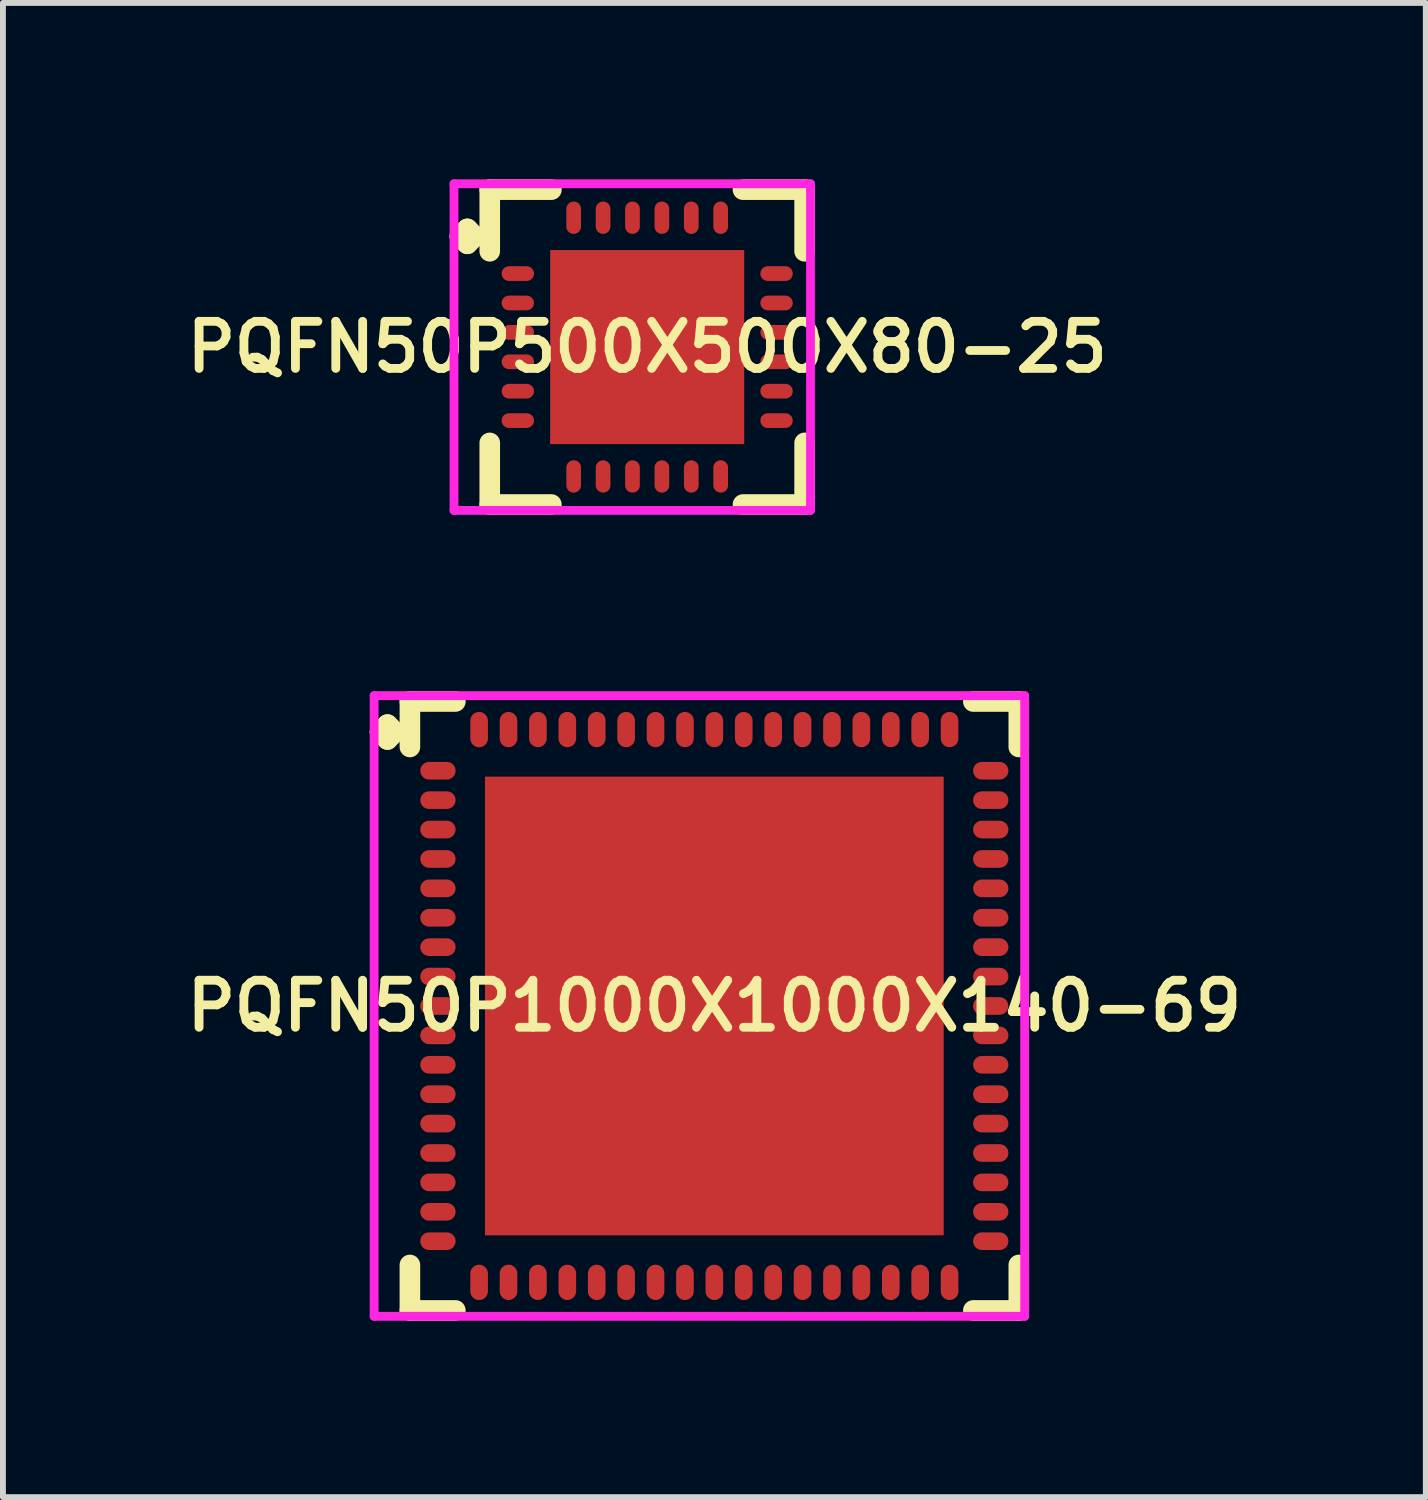
<source format=kicad_pcb>
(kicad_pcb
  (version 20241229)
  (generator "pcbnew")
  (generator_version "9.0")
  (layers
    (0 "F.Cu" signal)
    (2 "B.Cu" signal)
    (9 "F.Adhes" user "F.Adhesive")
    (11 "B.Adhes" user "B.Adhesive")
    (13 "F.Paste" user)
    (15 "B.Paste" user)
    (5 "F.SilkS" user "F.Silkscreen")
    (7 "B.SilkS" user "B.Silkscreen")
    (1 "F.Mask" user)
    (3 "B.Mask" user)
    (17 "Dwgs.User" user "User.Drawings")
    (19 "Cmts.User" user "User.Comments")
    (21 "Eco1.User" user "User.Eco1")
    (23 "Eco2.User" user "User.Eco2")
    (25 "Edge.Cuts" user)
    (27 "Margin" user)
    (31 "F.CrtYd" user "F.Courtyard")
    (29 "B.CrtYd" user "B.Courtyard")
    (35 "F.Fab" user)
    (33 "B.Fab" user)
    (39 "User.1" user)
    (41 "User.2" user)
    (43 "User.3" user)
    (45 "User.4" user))
  (footprint "PQFN50P1000X1000X140-69"
    (layer "F.Cu")
    (at 9.097 14.056)
    (property "Reference" "PQFN50P1000X1000X140-69" (at 0 0 0) (layer "F.SilkS") (effects (font (size 0.8 0.8) (thickness 0.15))))
    (attr smd)
    (fp_line (start -5.685 -4.658) (end -5.558 -4.785) (stroke (width 0.35) (type solid)) (layer "F.SilkS"))
    (fp_line (start -5.558 -4.785) (end -5.431 -4.658) (stroke (width 0.35) (type solid)) (layer "F.SilkS"))
    (fp_line (start -5.558 -4.531) (end -5.685 -4.658) (stroke (width 0.35) (type solid)) (layer "F.SilkS"))
    (fp_line (start -5.431 -4.658) (end -5.558 -4.531) (stroke (width 0.35) (type solid)) (layer "F.SilkS"))
    (fp_line (start -5.177 -5.177) (end -4.404 -5.177) (stroke (width 0.35) (type solid)) (layer "F.SilkS"))
    (fp_line (start -5.177 -4.404) (end -5.177 -5.177) (stroke (width 0.35) (type solid)) (layer "F.SilkS"))
    (fp_line (start -5.177 4.404) (end -5.177 5.177) (stroke (width 0.35) (type solid)) (layer "F.SilkS"))
    (fp_line (start -5.177 5.177) (end -4.404 5.177) (stroke (width 0.35) (type solid)) (layer "F.SilkS"))
    (fp_line (start 4.404 -5.177) (end 5.177 -5.177) (stroke (width 0.35) (type solid)) (layer "F.SilkS"))
    (fp_line (start 4.404 5.177) (end 5.177 5.177) (stroke (width 0.35) (type solid)) (layer "F.SilkS"))
    (fp_line (start 5.177 -5.177) (end 5.177 -4.404) (stroke (width 0.35) (type solid)) (layer "F.SilkS"))
    (fp_line (start 5.177 5.177) (end 5.177 4.404) (stroke (width 0.35) (type solid)) (layer "F.SilkS"))
    (fp_line (start -5.785 -5.277) (end 5.277 -5.277) (stroke (width 0.15) (type solid)) (layer "F.CrtYd"))
    (fp_line (start -5.785 5.277) (end -5.785 -5.277) (stroke (width 0.15) (type solid)) (layer "F.CrtYd"))
    (fp_line (start 5.277 -5.277) (end 5.277 5.277) (stroke (width 0.15) (type solid)) (layer "F.CrtYd"))
    (fp_line (start 5.277 5.277) (end -5.785 5.277) (stroke (width 0.15) (type solid)) (layer "F.CrtYd"))
    (pad "1" smd oval (at -4.7 -4) (size 0.6 0.3) (layers "F.Cu" "F.Mask" "F.Paste"))
    (pad "2" smd oval (at -4.7 -3.5) (size 0.6 0.3) (layers "F.Cu" "F.Mask" "F.Paste"))
    (pad "3" smd oval (at -4.7 -3) (size 0.6 0.3) (layers "F.Cu" "F.Mask" "F.Paste"))
    (pad "4" smd oval (at -4.7 -2.5) (size 0.6 0.3) (layers "F.Cu" "F.Mask" "F.Paste"))
    (pad "5" smd oval (at -4.7 -2) (size 0.6 0.3) (layers "F.Cu" "F.Mask" "F.Paste"))
    (pad "6" smd oval (at -4.7 -1.5) (size 0.6 0.3) (layers "F.Cu" "F.Mask" "F.Paste"))
    (pad "7" smd oval (at -4.7 -1) (size 0.6 0.3) (layers "F.Cu" "F.Mask" "F.Paste"))
    (pad "8" smd oval (at -4.7 -0.5) (size 0.6 0.3) (layers "F.Cu" "F.Mask" "F.Paste"))
    (pad "9" smd oval (at -4.7 0) (size 0.6 0.3) (layers "F.Cu" "F.Mask" "F.Paste"))
    (pad "10" smd oval (at -4.7 0.5) (size 0.6 0.3) (layers "F.Cu" "F.Mask" "F.Paste"))
    (pad "11" smd oval (at -4.7 1) (size 0.6 0.3) (layers "F.Cu" "F.Mask" "F.Paste"))
    (pad "12" smd oval (at -4.7 1.5) (size 0.6 0.3) (layers "F.Cu" "F.Mask" "F.Paste"))
    (pad "13" smd oval (at -4.7 2) (size 0.6 0.3) (layers "F.Cu" "F.Mask" "F.Paste"))
    (pad "14" smd oval (at -4.7 2.5) (size 0.6 0.3) (layers "F.Cu" "F.Mask" "F.Paste"))
    (pad "15" smd oval (at -4.7 3) (size 0.6 0.3) (layers "F.Cu" "F.Mask" "F.Paste"))
    (pad "16" smd oval (at -4.7 3.5) (size 0.6 0.3) (layers "F.Cu" "F.Mask" "F.Paste"))
    (pad "17" smd oval (at -4.7 4) (size 0.6 0.3) (layers "F.Cu" "F.Mask" "F.Paste"))
    (pad "18" smd oval (at -4 4.7) (size 0.3 0.6) (layers "F.Cu" "F.Mask" "F.Paste"))
    (pad "19" smd oval (at -3.5 4.7) (size 0.3 0.6) (layers "F.Cu" "F.Mask" "F.Paste"))
    (pad "20" smd oval (at -3 4.7) (size 0.3 0.6) (layers "F.Cu" "F.Mask" "F.Paste"))
    (pad "21" smd oval (at -2.5 4.7) (size 0.3 0.6) (layers "F.Cu" "F.Mask" "F.Paste"))
    (pad "22" smd oval (at -2 4.7) (size 0.3 0.6) (layers "F.Cu" "F.Mask" "F.Paste"))
    (pad "23" smd oval (at -1.5 4.7) (size 0.3 0.6) (layers "F.Cu" "F.Mask" "F.Paste"))
    (pad "24" smd oval (at -1 4.7) (size 0.3 0.6) (layers "F.Cu" "F.Mask" "F.Paste"))
    (pad "25" smd oval (at -0.5 4.7) (size 0.3 0.6) (layers "F.Cu" "F.Mask" "F.Paste"))
    (pad "26" smd oval (at 0 4.7) (size 0.3 0.6) (layers "F.Cu" "F.Mask" "F.Paste"))
    (pad "27" smd oval (at 0.5 4.7) (size 0.3 0.6) (layers "F.Cu" "F.Mask" "F.Paste"))
    (pad "28" smd oval (at 1 4.7) (size 0.3 0.6) (layers "F.Cu" "F.Mask" "F.Paste"))
    (pad "29" smd oval (at 1.5 4.7) (size 0.3 0.6) (layers "F.Cu" "F.Mask" "F.Paste"))
    (pad "30" smd oval (at 2 4.7) (size 0.3 0.6) (layers "F.Cu" "F.Mask" "F.Paste"))
    (pad "31" smd oval (at 2.5 4.7) (size 0.3 0.6) (layers "F.Cu" "F.Mask" "F.Paste"))
    (pad "32" smd oval (at 3 4.7) (size 0.3 0.6) (layers "F.Cu" "F.Mask" "F.Paste"))
    (pad "33" smd oval (at 3.5 4.7) (size 0.3 0.6) (layers "F.Cu" "F.Mask" "F.Paste"))
    (pad "34" smd oval (at 4 4.7) (size 0.3 0.6) (layers "F.Cu" "F.Mask" "F.Paste"))
    (pad "35" smd oval (at 4.7 4) (size 0.6 0.3) (layers "F.Cu" "F.Mask" "F.Paste"))
    (pad "36" smd oval (at 4.7 3.5) (size 0.6 0.3) (layers "F.Cu" "F.Mask" "F.Paste"))
    (pad "37" smd oval (at 4.7 3) (size 0.6 0.3) (layers "F.Cu" "F.Mask" "F.Paste"))
    (pad "38" smd oval (at 4.7 2.5) (size 0.6 0.3) (layers "F.Cu" "F.Mask" "F.Paste"))
    (pad "39" smd oval (at 4.7 2) (size 0.6 0.3) (layers "F.Cu" "F.Mask" "F.Paste"))
    (pad "40" smd oval (at 4.7 1.5) (size 0.6 0.3) (layers "F.Cu" "F.Mask" "F.Paste"))
    (pad "41" smd oval (at 4.7 1) (size 0.6 0.3) (layers "F.Cu" "F.Mask" "F.Paste"))
    (pad "42" smd oval (at 4.7 0.5) (size 0.6 0.3) (layers "F.Cu" "F.Mask" "F.Paste"))
    (pad "43" smd oval (at 4.7 0) (size 0.6 0.3) (layers "F.Cu" "F.Mask" "F.Paste"))
    (pad "44" smd oval (at 4.7 -0.5) (size 0.6 0.3) (layers "F.Cu" "F.Mask" "F.Paste"))
    (pad "45" smd oval (at 4.7 -1) (size 0.6 0.3) (layers "F.Cu" "F.Mask" "F.Paste"))
    (pad "46" smd oval (at 4.7 -1.5) (size 0.6 0.3) (layers "F.Cu" "F.Mask" "F.Paste"))
    (pad "47" smd oval (at 4.7 -2) (size 0.6 0.3) (layers "F.Cu" "F.Mask" "F.Paste"))
    (pad "48" smd oval (at 4.7 -2.5) (size 0.6 0.3) (layers "F.Cu" "F.Mask" "F.Paste"))
    (pad "49" smd oval (at 4.7 -3) (size 0.6 0.3) (layers "F.Cu" "F.Mask" "F.Paste"))
    (pad "50" smd oval (at 4.7 -3.5) (size 0.6 0.3) (layers "F.Cu" "F.Mask" "F.Paste"))
    (pad "51" smd oval (at 4.7 -4) (size 0.6 0.3) (layers "F.Cu" "F.Mask" "F.Paste"))
    (pad "52" smd oval (at 4 -4.7) (size 0.3 0.6) (layers "F.Cu" "F.Mask" "F.Paste"))
    (pad "53" smd oval (at 3.5 -4.7) (size 0.3 0.6) (layers "F.Cu" "F.Mask" "F.Paste"))
    (pad "54" smd oval (at 3 -4.7) (size 0.3 0.6) (layers "F.Cu" "F.Mask" "F.Paste"))
    (pad "55" smd oval (at 2.5 -4.7) (size 0.3 0.6) (layers "F.Cu" "F.Mask" "F.Paste"))
    (pad "56" smd oval (at 2 -4.7) (size 0.3 0.6) (layers "F.Cu" "F.Mask" "F.Paste"))
    (pad "57" smd oval (at 1.5 -4.7) (size 0.3 0.6) (layers "F.Cu" "F.Mask" "F.Paste"))
    (pad "58" smd oval (at 1 -4.7) (size 0.3 0.6) (layers "F.Cu" "F.Mask" "F.Paste"))
    (pad "59" smd oval (at 0.5 -4.7) (size 0.3 0.6) (layers "F.Cu" "F.Mask" "F.Paste"))
    (pad "60" smd oval (at 0 -4.7) (size 0.3 0.6) (layers "F.Cu" "F.Mask" "F.Paste"))
    (pad "61" smd oval (at -0.5 -4.7) (size 0.3 0.6) (layers "F.Cu" "F.Mask" "F.Paste"))
    (pad "62" smd oval (at -1 -4.7) (size 0.3 0.6) (layers "F.Cu" "F.Mask" "F.Paste"))
    (pad "63" smd oval (at -1.5 -4.7) (size 0.3 0.6) (layers "F.Cu" "F.Mask" "F.Paste"))
    (pad "64" smd oval (at -2 -4.7) (size 0.3 0.6) (layers "F.Cu" "F.Mask" "F.Paste"))
    (pad "65" smd oval (at -2.5 -4.7) (size 0.3 0.6) (layers "F.Cu" "F.Mask" "F.Paste"))
    (pad "66" smd oval (at -3 -4.7) (size 0.3 0.6) (layers "F.Cu" "F.Mask" "F.Paste"))
    (pad "67" smd oval (at -3.5 -4.7) (size 0.3 0.6) (layers "F.Cu" "F.Mask" "F.Paste"))
    (pad "68" smd oval (at -4 -4.7) (size 0.3 0.6) (layers "F.Cu" "F.Mask" "F.Paste"))
    (pad "69" smd rect (at 0 0) (size 7.8 7.8) (layers "F.Cu" "F.Mask" "F.Paste")))
  (footprint "PQFN50P500X500X80-25"
    (layer "F.Cu")
    (at 7.955 2.852)
    (property "Reference" "PQFN50P500X500X80-25" (at 0 0 0) (layer "F.SilkS") (effects (font (size 0.8 0.8) (thickness 0.15))))
    (attr smd)
    (fp_line (start -3.185 -1.883) (end -3.058 -2.01) (stroke (width 0.35) (type solid)) (layer "F.SilkS"))
    (fp_line (start -3.058 -2.01) (end -2.931 -1.883) (stroke (width 0.35) (type solid)) (layer "F.SilkS"))
    (fp_line (start -3.058 -1.756) (end -3.185 -1.883) (stroke (width 0.35) (type solid)) (layer "F.SilkS"))
    (fp_line (start -2.931 -1.883) (end -3.058 -1.756) (stroke (width 0.35) (type solid)) (layer "F.SilkS"))
    (fp_line (start -2.677 -2.677) (end -1.629 -2.677) (stroke (width 0.35) (type solid)) (layer "F.SilkS"))
    (fp_line (start -2.677 -1.629) (end -2.677 -2.677) (stroke (width 0.35) (type solid)) (layer "F.SilkS"))
    (fp_line (start -2.677 1.629) (end -2.677 2.677) (stroke (width 0.35) (type solid)) (layer "F.SilkS"))
    (fp_line (start -2.677 2.677) (end -1.629 2.677) (stroke (width 0.35) (type solid)) (layer "F.SilkS"))
    (fp_line (start 1.629 -2.677) (end 2.677 -2.677) (stroke (width 0.35) (type solid)) (layer "F.SilkS"))
    (fp_line (start 1.629 2.677) (end 2.677 2.677) (stroke (width 0.35) (type solid)) (layer "F.SilkS"))
    (fp_line (start 2.677 -2.677) (end 2.677 -1.629) (stroke (width 0.35) (type solid)) (layer "F.SilkS"))
    (fp_line (start 2.677 2.677) (end 2.677 1.629) (stroke (width 0.35) (type solid)) (layer "F.SilkS"))
    (fp_line (start -3.285 -2.777) (end 2.777 -2.777) (stroke (width 0.15) (type solid)) (layer "F.CrtYd"))
    (fp_line (start -3.285 2.777) (end -3.285 -2.777) (stroke (width 0.15) (type solid)) (layer "F.CrtYd"))
    (fp_line (start 2.777 -2.777) (end 2.777 2.777) (stroke (width 0.15) (type solid)) (layer "F.CrtYd"))
    (fp_line (start 2.777 2.777) (end -3.285 2.777) (stroke (width 0.15) (type solid)) (layer "F.CrtYd"))
    (pad "1" smd oval (at -2.2 -1.25) (size 0.55 0.25) (layers "F.Cu" "F.Mask" "F.Paste"))
    (pad "2" smd oval (at -2.2 -0.75) (size 0.55 0.25) (layers "F.Cu" "F.Mask" "F.Paste"))
    (pad "3" smd oval (at -2.2 -0.25) (size 0.55 0.25) (layers "F.Cu" "F.Mask" "F.Paste"))
    (pad "4" smd oval (at -2.2 0.25) (size 0.55 0.25) (layers "F.Cu" "F.Mask" "F.Paste"))
    (pad "5" smd oval (at -2.2 0.75) (size 0.55 0.25) (layers "F.Cu" "F.Mask" "F.Paste"))
    (pad "6" smd oval (at -2.2 1.25) (size 0.55 0.25) (layers "F.Cu" "F.Mask" "F.Paste"))
    (pad "7" smd oval (at -1.25 2.2) (size 0.25 0.55) (layers "F.Cu" "F.Mask" "F.Paste"))
    (pad "8" smd oval (at -0.75 2.2) (size 0.25 0.55) (layers "F.Cu" "F.Mask" "F.Paste"))
    (pad "9" smd oval (at -0.25 2.2) (size 0.25 0.55) (layers "F.Cu" "F.Mask" "F.Paste"))
    (pad "10" smd oval (at 0.25 2.2) (size 0.25 0.55) (layers "F.Cu" "F.Mask" "F.Paste"))
    (pad "11" smd oval (at 0.75 2.2) (size 0.25 0.55) (layers "F.Cu" "F.Mask" "F.Paste"))
    (pad "12" smd oval (at 1.25 2.2) (size 0.25 0.55) (layers "F.Cu" "F.Mask" "F.Paste"))
    (pad "13" smd oval (at 2.2 1.25) (size 0.55 0.25) (layers "F.Cu" "F.Mask" "F.Paste"))
    (pad "14" smd oval (at 2.2 0.75) (size 0.55 0.25) (layers "F.Cu" "F.Mask" "F.Paste"))
    (pad "15" smd oval (at 2.2 0.25) (size 0.55 0.25) (layers "F.Cu" "F.Mask" "F.Paste"))
    (pad "16" smd oval (at 2.2 -0.25) (size 0.55 0.25) (layers "F.Cu" "F.Mask" "F.Paste"))
    (pad "17" smd oval (at 2.2 -0.75) (size 0.55 0.25) (layers "F.Cu" "F.Mask" "F.Paste"))
    (pad "18" smd oval (at 2.2 -1.25) (size 0.55 0.25) (layers "F.Cu" "F.Mask" "F.Paste"))
    (pad "19" smd oval (at 1.25 -2.2) (size 0.25 0.55) (layers "F.Cu" "F.Mask" "F.Paste"))
    (pad "20" smd oval (at 0.75 -2.2) (size 0.25 0.55) (layers "F.Cu" "F.Mask" "F.Paste"))
    (pad "21" smd oval (at 0.25 -2.2) (size 0.25 0.55) (layers "F.Cu" "F.Mask" "F.Paste"))
    (pad "22" smd oval (at -0.25 -2.2) (size 0.25 0.55) (layers "F.Cu" "F.Mask" "F.Paste"))
    (pad "23" smd oval (at -0.75 -2.2) (size 0.25 0.55) (layers "F.Cu" "F.Mask" "F.Paste"))
    (pad "24" smd oval (at -1.25 -2.2) (size 0.25 0.55) (layers "F.Cu" "F.Mask" "F.Paste"))
    (pad "25" smd rect (at 0 0) (size 3.3 3.3) (layers "F.Cu" "F.Mask" "F.Paste")))
  (gr_rect
    (start -3 -3)
    (end 21.195 22.408)
    (stroke (width 0.1) (type default))
    (fill no)
    (layer "Edge.Cuts")))
</source>
